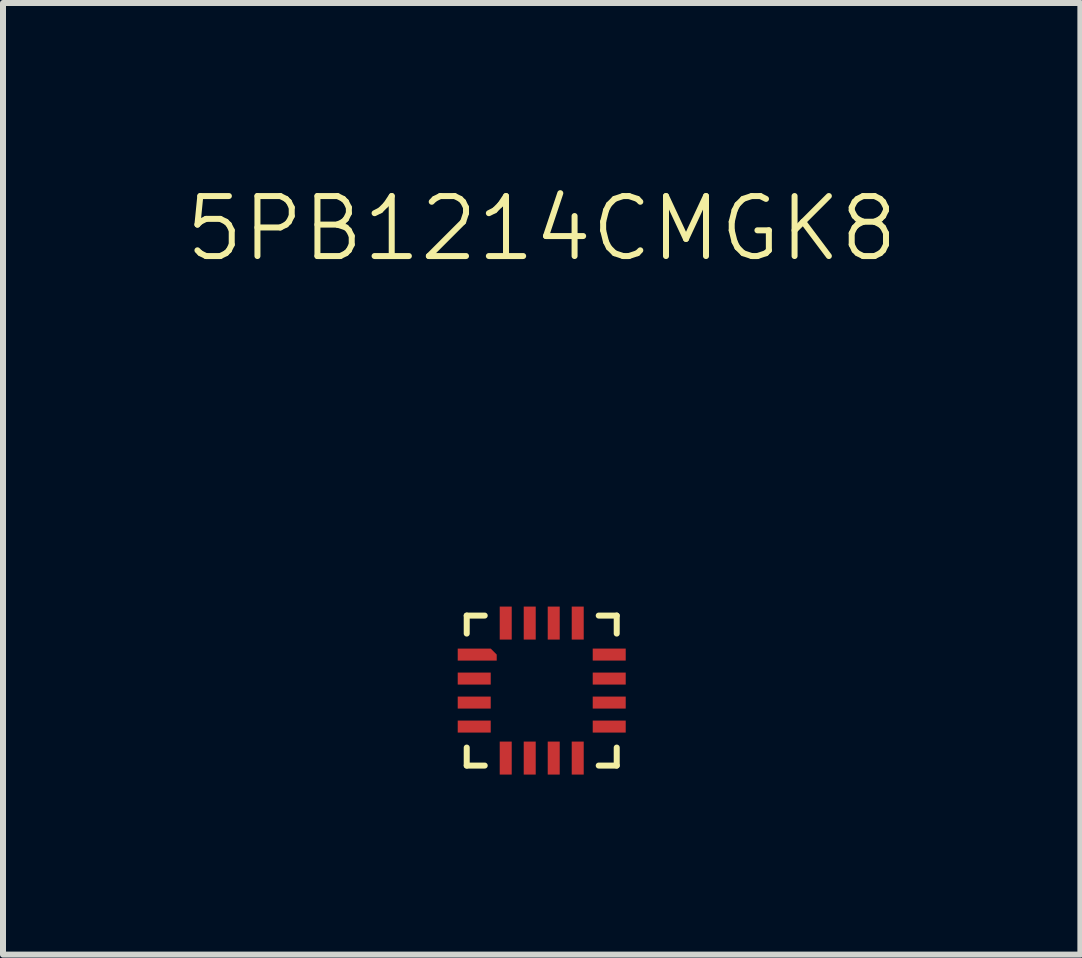
<source format=kicad_pcb>
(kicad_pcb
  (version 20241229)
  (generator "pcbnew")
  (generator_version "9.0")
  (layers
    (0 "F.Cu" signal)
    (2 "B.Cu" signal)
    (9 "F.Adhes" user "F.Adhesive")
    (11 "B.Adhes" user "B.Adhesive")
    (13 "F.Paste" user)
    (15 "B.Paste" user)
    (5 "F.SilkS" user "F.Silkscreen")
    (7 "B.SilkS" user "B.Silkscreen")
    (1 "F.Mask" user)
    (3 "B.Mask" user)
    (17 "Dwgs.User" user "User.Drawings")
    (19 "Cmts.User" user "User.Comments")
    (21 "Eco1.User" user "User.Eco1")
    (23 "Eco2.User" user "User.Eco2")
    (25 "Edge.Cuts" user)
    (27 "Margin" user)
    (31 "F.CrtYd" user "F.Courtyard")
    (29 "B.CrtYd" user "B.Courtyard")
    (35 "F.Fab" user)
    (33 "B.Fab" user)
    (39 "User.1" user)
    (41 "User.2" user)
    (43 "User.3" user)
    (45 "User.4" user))
  (footprint "5PB1214CMGK8"
    (layer "F.Cu")
    (at 5.979 8.46)
    (property "Reference" "5PB1214CMGK8" (at 0 -7.7 0) (unlocked yes) (layer "F.SilkS") (effects (font (size 1 1) (thickness 0.1))))
    (attr smd)
    (fp_line (start -1.25 -1.25) (end -0.95 -1.25) (stroke (width 0.1) (type default)) (layer "F.SilkS"))
    (fp_line (start -1.25 -0.95) (end -1.25 -1.25) (stroke (width 0.1) (type default)) (layer "F.SilkS"))
    (fp_line (start -1.25 1.25) (end -1.25 0.95) (stroke (width 0.1) (type default)) (layer "F.SilkS"))
    (fp_line (start -0.95 1.25) (end -1.25 1.25) (stroke (width 0.1) (type default)) (layer "F.SilkS"))
    (fp_line (start 0.95 -1.25) (end 1.25 -1.25) (stroke (width 0.1) (type default)) (layer "F.SilkS"))
    (fp_line (start 1.25 -1.25) (end 1.25 -0.95) (stroke (width 0.1) (type default)) (layer "F.SilkS"))
    (fp_line (start 1.25 0.95) (end 1.25 1.25) (stroke (width 0.1) (type default)) (layer "F.SilkS"))
    (fp_line (start 1.25 1.25) (end 0.95 1.25) (stroke (width 0.1) (type default)) (layer "F.SilkS"))
    (pad "1" smd roundrect (at -1.075 -0.6 90) (size 0.2 0.65) (layers "F.Cu" "F.Mask" "F.Paste") (roundrect_rratio 0) (chamfer_ratio 0.5) (chamfer bottom_right))
    (pad "2" smd rect (at -1.125 -0.2 90) (size 0.2 0.55) (layers "F.Cu" "F.Mask" "F.Paste"))
    (pad "3" smd rect (at -1.125 0.2 90) (size 0.2 0.55) (layers "F.Cu" "F.Mask" "F.Paste"))
    (pad "4" smd rect (at -1.125 0.6 90) (size 0.2 0.55) (layers "F.Cu" "F.Mask" "F.Paste"))
    (pad "5" smd rect (at -0.6 1.125 180) (size 0.2 0.55) (layers "F.Cu" "F.Mask" "F.Paste"))
    (pad "6" smd rect (at -0.2 1.125 180) (size 0.2 0.55) (layers "F.Cu" "F.Mask" "F.Paste"))
    (pad "7" smd rect (at 0.2 1.125 180) (size 0.2 0.55) (layers "F.Cu" "F.Mask" "F.Paste"))
    (pad "8" smd rect (at 0.6 1.125 180) (size 0.2 0.55) (layers "F.Cu" "F.Mask" "F.Paste"))
    (pad "9" smd rect (at 1.125 0.6 270) (size 0.2 0.55) (layers "F.Cu" "F.Mask" "F.Paste"))
    (pad "10" smd rect (at 1.125 0.2 270) (size 0.2 0.55) (layers "F.Cu" "F.Mask" "F.Paste"))
    (pad "11" smd rect (at 1.125 -0.2 270) (size 0.2 0.55) (layers "F.Cu" "F.Mask" "F.Paste"))
    (pad "12" smd rect (at 1.125 -0.6 270) (size 0.2 0.55) (layers "F.Cu" "F.Mask" "F.Paste"))
    (pad "13" smd rect (at 0.6 -1.125) (size 0.2 0.55) (layers "F.Cu" "F.Mask" "F.Paste"))
    (pad "14" smd rect (at 0.2 -1.125) (size 0.2 0.55) (layers "F.Cu" "F.Mask" "F.Paste"))
    (pad "15" smd rect (at -0.2 -1.125) (size 0.2 0.55) (layers "F.Cu" "F.Mask" "F.Paste"))
    (pad "16" smd rect (at -0.6 -1.125) (size 0.2 0.55) (layers "F.Cu" "F.Mask" "F.Paste")))
  (gr_rect
    (start -3 -3)
    (end 14.957 12.861)
    (stroke (width 0.1) (type default))
    (fill no)
    (layer "Edge.Cuts")))
</source>
